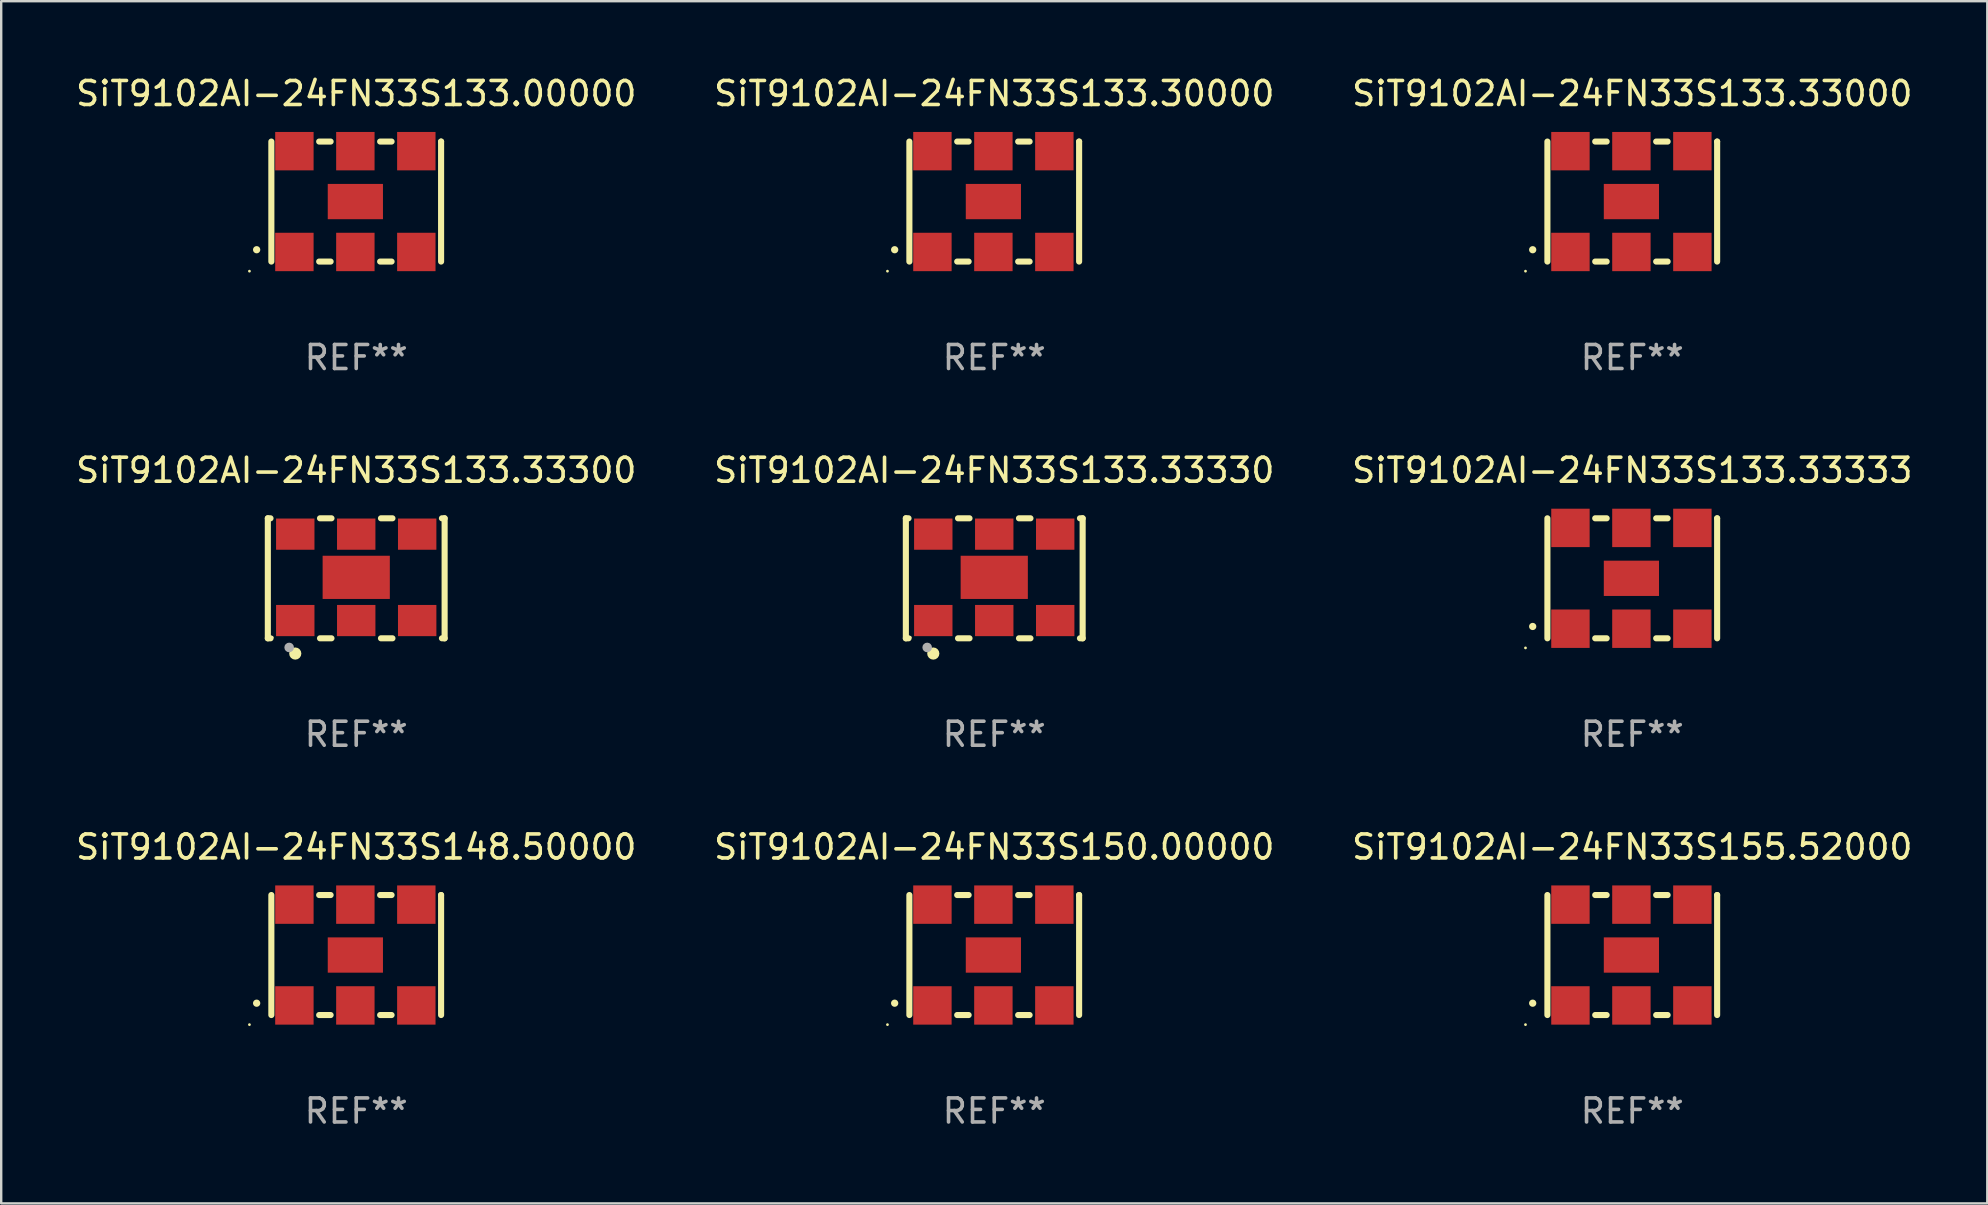
<source format=kicad_pcb>
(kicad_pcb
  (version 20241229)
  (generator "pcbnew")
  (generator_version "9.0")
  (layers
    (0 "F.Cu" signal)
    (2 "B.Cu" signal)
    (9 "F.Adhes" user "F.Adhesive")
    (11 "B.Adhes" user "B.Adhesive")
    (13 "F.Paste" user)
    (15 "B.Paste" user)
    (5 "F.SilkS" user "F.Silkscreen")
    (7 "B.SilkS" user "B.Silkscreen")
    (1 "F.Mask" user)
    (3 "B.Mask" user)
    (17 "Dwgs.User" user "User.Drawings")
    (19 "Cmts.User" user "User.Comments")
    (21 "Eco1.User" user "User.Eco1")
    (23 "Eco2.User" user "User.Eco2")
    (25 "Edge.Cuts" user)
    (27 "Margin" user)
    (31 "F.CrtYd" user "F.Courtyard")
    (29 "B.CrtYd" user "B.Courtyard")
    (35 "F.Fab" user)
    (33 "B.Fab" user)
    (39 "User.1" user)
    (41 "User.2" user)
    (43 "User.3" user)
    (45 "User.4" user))
  (footprint "SiT9102AI-24FN33S155.52000"
    (layer "F.Cu")
    (at 64.958 36.741)
    (property "Reference" "SiT9102AI-24FN33S155.52000" (at 0 -4.5 0) (layer "F.SilkS") (effects (font (size 1 1) (thickness 0.15))))
    (attr through_hole)
    (fp_line (start -3.536 -2.5) (end -3.536 2.5) (stroke (width 0.254) (type solid)) (layer "F.SilkS"))
    (fp_line (start -1.544 2.5) (end -1.067 2.5) (stroke (width 0.254) (type solid)) (layer "F.SilkS"))
    (fp_line (start -1.067 -2.5) (end -1.544 -2.5) (stroke (width 0.254) (type solid)) (layer "F.SilkS"))
    (fp_line (start 0.996 2.5) (end 1.473 2.5) (stroke (width 0.254) (type solid)) (layer "F.SilkS"))
    (fp_line (start 1.473 -2.5) (end 0.996 -2.5) (stroke (width 0.254) (type solid)) (layer "F.SilkS"))
    (fp_line (start 3.536 -2.5) (end 3.536 -2.5) (stroke (width 0.254) (type solid)) (layer "F.SilkS"))
    (fp_line (start 3.536 2.5) (end 3.536 -2.5) (stroke (width 0.254) (type solid)) (layer "F.SilkS"))
    (fp_arc (start -4.150432 2.006604) (mid -4.149162 2.006599) (end -4.147892 2.006604) (stroke (width 0.3) (type solid)) (layer "F.SilkS"))
    (fp_circle (center -4.449 2.9) (end -4.419 2.9) (stroke (width 0.06) (type solid)) (fill no) (layer "F.SilkS"))
    (fp_text user "REF**" (at 0 6.5 0) (layer "F.Fab") (effects (font (size 1 1) (thickness 0.15))))
    (pad "1" smd rect (at -2.576 2.1) (size 1.6 1.6) (layers "F.Cu" "F.Mask" "F.Paste"))
    (pad "2" smd rect (at -0.036 2.1) (size 1.6 1.6) (layers "F.Cu" "F.Mask" "F.Paste"))
    (pad "3" smd rect (at 2.504 2.1) (size 1.6 1.6) (layers "F.Cu" "F.Mask" "F.Paste"))
    (pad "4" smd rect (at 2.504 -2.1) (size 1.6 1.6) (layers "F.Cu" "F.Mask" "F.Paste"))
    (pad "5" smd rect (at -0.036 -2.1) (size 1.6 1.6) (layers "F.Cu" "F.Mask" "F.Paste"))
    (pad "6" smd rect (at -2.576 -2.1) (size 1.6 1.6) (layers "F.Cu" "F.Mask" "F.Paste"))
    (pad "7" smd rect (at -0.036 0) (size 2.3 1.47) (layers "F.Cu" "F.Mask" "F.Paste")))
  (footprint "SiT9102AI-24FN33S133.33333"
    (layer "F.Cu")
    (at 64.958 21.045)
    (property "Reference" "SiT9102AI-24FN33S133.33333" (at 0 -4.5 0) (layer "F.SilkS") (effects (font (size 1 1) (thickness 0.15))))
    (attr through_hole)
    (fp_line (start -3.536 -2.5) (end -3.536 2.5) (stroke (width 0.254) (type solid)) (layer "F.SilkS"))
    (fp_line (start -1.544 2.5) (end -1.067 2.5) (stroke (width 0.254) (type solid)) (layer "F.SilkS"))
    (fp_line (start -1.067 -2.5) (end -1.544 -2.5) (stroke (width 0.254) (type solid)) (layer "F.SilkS"))
    (fp_line (start 0.996 2.5) (end 1.473 2.5) (stroke (width 0.254) (type solid)) (layer "F.SilkS"))
    (fp_line (start 1.473 -2.5) (end 0.996 -2.5) (stroke (width 0.254) (type solid)) (layer "F.SilkS"))
    (fp_line (start 3.536 -2.5) (end 3.536 -2.5) (stroke (width 0.254) (type solid)) (layer "F.SilkS"))
    (fp_line (start 3.536 2.5) (end 3.536 -2.5) (stroke (width 0.254) (type solid)) (layer "F.SilkS"))
    (fp_arc (start -4.150432 2.006604) (mid -4.149162 2.006599) (end -4.147892 2.006604) (stroke (width 0.3) (type solid)) (layer "F.SilkS"))
    (fp_circle (center -4.449 2.9) (end -4.419 2.9) (stroke (width 0.06) (type solid)) (fill no) (layer "F.SilkS"))
    (fp_text user "REF**" (at 0 6.5 0) (layer "F.Fab") (effects (font (size 1 1) (thickness 0.15))))
    (pad "1" smd rect (at -2.576 2.1) (size 1.6 1.6) (layers "F.Cu" "F.Mask" "F.Paste"))
    (pad "2" smd rect (at -0.036 2.1) (size 1.6 1.6) (layers "F.Cu" "F.Mask" "F.Paste"))
    (pad "3" smd rect (at 2.504 2.1) (size 1.6 1.6) (layers "F.Cu" "F.Mask" "F.Paste"))
    (pad "4" smd rect (at 2.504 -2.1) (size 1.6 1.6) (layers "F.Cu" "F.Mask" "F.Paste"))
    (pad "5" smd rect (at -0.036 -2.1) (size 1.6 1.6) (layers "F.Cu" "F.Mask" "F.Paste"))
    (pad "6" smd rect (at -2.576 -2.1) (size 1.6 1.6) (layers "F.Cu" "F.Mask" "F.Paste"))
    (pad "7" smd rect (at -0.036 0) (size 2.3 1.47) (layers "F.Cu" "F.Mask" "F.Paste")))
  (footprint "SiT9102AI-24FN33S133.00000"
    (layer "F.Cu")
    (at 11.792 5.348)
    (property "Reference" "SiT9102AI-24FN33S133.00000" (at 0 -4.5 0) (layer "F.SilkS") (effects (font (size 1 1) (thickness 0.15))))
    (attr through_hole)
    (fp_line (start -3.536 -2.5) (end -3.536 2.5) (stroke (width 0.254) (type solid)) (layer "F.SilkS"))
    (fp_line (start -1.544 2.5) (end -1.067 2.5) (stroke (width 0.254) (type solid)) (layer "F.SilkS"))
    (fp_line (start -1.067 -2.5) (end -1.544 -2.5) (stroke (width 0.254) (type solid)) (layer "F.SilkS"))
    (fp_line (start 0.996 2.5) (end 1.473 2.5) (stroke (width 0.254) (type solid)) (layer "F.SilkS"))
    (fp_line (start 1.473 -2.5) (end 0.996 -2.5) (stroke (width 0.254) (type solid)) (layer "F.SilkS"))
    (fp_line (start 3.536 -2.5) (end 3.536 -2.5) (stroke (width 0.254) (type solid)) (layer "F.SilkS"))
    (fp_line (start 3.536 2.5) (end 3.536 -2.5) (stroke (width 0.254) (type solid)) (layer "F.SilkS"))
    (fp_arc (start -4.150432 2.006604) (mid -4.149162 2.006599) (end -4.147892 2.006604) (stroke (width 0.3) (type solid)) (layer "F.SilkS"))
    (fp_circle (center -4.449 2.9) (end -4.419 2.9) (stroke (width 0.06) (type solid)) (fill no) (layer "F.SilkS"))
    (fp_text user "REF**" (at 0 6.5 0) (layer "F.Fab") (effects (font (size 1 1) (thickness 0.15))))
    (pad "1" smd rect (at -2.576 2.1) (size 1.6 1.6) (layers "F.Cu" "F.Mask" "F.Paste"))
    (pad "2" smd rect (at -0.036 2.1) (size 1.6 1.6) (layers "F.Cu" "F.Mask" "F.Paste"))
    (pad "3" smd rect (at 2.504 2.1) (size 1.6 1.6) (layers "F.Cu" "F.Mask" "F.Paste"))
    (pad "4" smd rect (at 2.504 -2.1) (size 1.6 1.6) (layers "F.Cu" "F.Mask" "F.Paste"))
    (pad "5" smd rect (at -0.036 -2.1) (size 1.6 1.6) (layers "F.Cu" "F.Mask" "F.Paste"))
    (pad "6" smd rect (at -2.576 -2.1) (size 1.6 1.6) (layers "F.Cu" "F.Mask" "F.Paste"))
    (pad "7" smd rect (at -0.036 0) (size 2.3 1.47) (layers "F.Cu" "F.Mask" "F.Paste")))
  (footprint "SiT9102AI-24FN33S133.30000"
    (layer "F.Cu")
    (at 38.375 5.348)
    (property "Reference" "SiT9102AI-24FN33S133.30000" (at 0 -4.5 0) (layer "F.SilkS") (effects (font (size 1 1) (thickness 0.15))))
    (attr through_hole)
    (fp_line (start -3.536 -2.5) (end -3.536 2.5) (stroke (width 0.254) (type solid)) (layer "F.SilkS"))
    (fp_line (start -1.544 2.5) (end -1.067 2.5) (stroke (width 0.254) (type solid)) (layer "F.SilkS"))
    (fp_line (start -1.067 -2.5) (end -1.544 -2.5) (stroke (width 0.254) (type solid)) (layer "F.SilkS"))
    (fp_line (start 0.996 2.5) (end 1.473 2.5) (stroke (width 0.254) (type solid)) (layer "F.SilkS"))
    (fp_line (start 1.473 -2.5) (end 0.996 -2.5) (stroke (width 0.254) (type solid)) (layer "F.SilkS"))
    (fp_line (start 3.536 -2.5) (end 3.536 -2.5) (stroke (width 0.254) (type solid)) (layer "F.SilkS"))
    (fp_line (start 3.536 2.5) (end 3.536 -2.5) (stroke (width 0.254) (type solid)) (layer "F.SilkS"))
    (fp_arc (start -4.150432 2.006604) (mid -4.149162 2.006599) (end -4.147892 2.006604) (stroke (width 0.3) (type solid)) (layer "F.SilkS"))
    (fp_circle (center -4.449 2.9) (end -4.419 2.9) (stroke (width 0.06) (type solid)) (fill no) (layer "F.SilkS"))
    (fp_text user "REF**" (at 0 6.5 0) (layer "F.Fab") (effects (font (size 1 1) (thickness 0.15))))
    (pad "1" smd rect (at -2.576 2.1) (size 1.6 1.6) (layers "F.Cu" "F.Mask" "F.Paste"))
    (pad "2" smd rect (at -0.036 2.1) (size 1.6 1.6) (layers "F.Cu" "F.Mask" "F.Paste"))
    (pad "3" smd rect (at 2.504 2.1) (size 1.6 1.6) (layers "F.Cu" "F.Mask" "F.Paste"))
    (pad "4" smd rect (at 2.504 -2.1) (size 1.6 1.6) (layers "F.Cu" "F.Mask" "F.Paste"))
    (pad "5" smd rect (at -0.036 -2.1) (size 1.6 1.6) (layers "F.Cu" "F.Mask" "F.Paste"))
    (pad "6" smd rect (at -2.576 -2.1) (size 1.6 1.6) (layers "F.Cu" "F.Mask" "F.Paste"))
    (pad "7" smd rect (at -0.036 0) (size 2.3 1.47) (layers "F.Cu" "F.Mask" "F.Paste")))
  (footprint "SiT9102AI-24FN33S150.00000"
    (layer "F.Cu")
    (at 38.375 36.741)
    (property "Reference" "SiT9102AI-24FN33S150.00000" (at 0 -4.5 0) (layer "F.SilkS") (effects (font (size 1 1) (thickness 0.15))))
    (attr through_hole)
    (fp_line (start -3.536 -2.5) (end -3.536 2.5) (stroke (width 0.254) (type solid)) (layer "F.SilkS"))
    (fp_line (start -1.544 2.5) (end -1.067 2.5) (stroke (width 0.254) (type solid)) (layer "F.SilkS"))
    (fp_line (start -1.067 -2.5) (end -1.544 -2.5) (stroke (width 0.254) (type solid)) (layer "F.SilkS"))
    (fp_line (start 0.996 2.5) (end 1.473 2.5) (stroke (width 0.254) (type solid)) (layer "F.SilkS"))
    (fp_line (start 1.473 -2.5) (end 0.996 -2.5) (stroke (width 0.254) (type solid)) (layer "F.SilkS"))
    (fp_line (start 3.536 -2.5) (end 3.536 -2.5) (stroke (width 0.254) (type solid)) (layer "F.SilkS"))
    (fp_line (start 3.536 2.5) (end 3.536 -2.5) (stroke (width 0.254) (type solid)) (layer "F.SilkS"))
    (fp_arc (start -4.150432 2.006604) (mid -4.149162 2.006599) (end -4.147892 2.006604) (stroke (width 0.3) (type solid)) (layer "F.SilkS"))
    (fp_circle (center -4.449 2.9) (end -4.419 2.9) (stroke (width 0.06) (type solid)) (fill no) (layer "F.SilkS"))
    (fp_text user "REF**" (at 0 6.5 0) (layer "F.Fab") (effects (font (size 1 1) (thickness 0.15))))
    (pad "1" smd rect (at -2.576 2.1) (size 1.6 1.6) (layers "F.Cu" "F.Mask" "F.Paste"))
    (pad "2" smd rect (at -0.036 2.1) (size 1.6 1.6) (layers "F.Cu" "F.Mask" "F.Paste"))
    (pad "3" smd rect (at 2.504 2.1) (size 1.6 1.6) (layers "F.Cu" "F.Mask" "F.Paste"))
    (pad "4" smd rect (at 2.504 -2.1) (size 1.6 1.6) (layers "F.Cu" "F.Mask" "F.Paste"))
    (pad "5" smd rect (at -0.036 -2.1) (size 1.6 1.6) (layers "F.Cu" "F.Mask" "F.Paste"))
    (pad "6" smd rect (at -2.576 -2.1) (size 1.6 1.6) (layers "F.Cu" "F.Mask" "F.Paste"))
    (pad "7" smd rect (at -0.036 0) (size 2.3 1.47) (layers "F.Cu" "F.Mask" "F.Paste")))
  (footprint "SiT9102AI-24FN33S133.33330"
    (layer "F.Cu")
    (at 38.375 21.045)
    (property "Reference" "SiT9102AI-24FN33S133.33330" (at 0 -4.5 0) (layer "F.SilkS") (effects (font (size 1 1) (thickness 0.15))))
    (attr through_hole)
    (fp_line (start -3.683 -2.5) (end -3.571 -2.5) (stroke (width 0.254) (type solid)) (layer "F.SilkS"))
    (fp_line (start -3.683 2.5) (end -3.683 -2.5) (stroke (width 0.254) (type solid)) (layer "F.SilkS"))
    (fp_line (start -3.683 2.5) (end -3.571 2.5) (stroke (width 0.254) (type solid)) (layer "F.SilkS"))
    (fp_line (start -1.509 -2.5) (end -1.031 -2.5) (stroke (width 0.254) (type solid)) (layer "F.SilkS"))
    (fp_line (start -1.509 2.5) (end -1.031 2.5) (stroke (width 0.254) (type solid)) (layer "F.SilkS"))
    (fp_line (start 1.031 -2.5) (end 1.509 -2.5) (stroke (width 0.254) (type solid)) (layer "F.SilkS"))
    (fp_line (start 1.031 2.5) (end 1.509 2.5) (stroke (width 0.254) (type solid)) (layer "F.SilkS"))
    (fp_line (start 3.571 -2.5) (end 3.683 -2.5) (stroke (width 0.254) (type solid)) (layer "F.SilkS"))
    (fp_line (start 3.571 2.5) (end 3.683 2.5) (stroke (width 0.254) (type solid)) (layer "F.SilkS"))
    (fp_line (start 3.683 2.5) (end 3.683 -2.5) (stroke (width 0.254) (type solid)) (layer "F.SilkS"))
    (fp_circle (center -3.5 2.46) (end -3.47 2.46) (stroke (width 0.06) (type solid)) (fill no) (layer "F.SilkS"))
    (fp_circle (center -2.54 3.135) (end -2.413 3.135) (stroke (width 0.254) (type solid)) (fill no) (layer "F.SilkS"))
    (fp_circle (center -2.794 2.881) (end -2.694 2.881) (stroke (width 0.2) (type solid)) (fill no) (layer "F.Fab"))
    (fp_text user "REF**" (at 0 6.5 0) (layer "F.Fab") (effects (font (size 1 1) (thickness 0.15))))
    (pad "1" smd rect (at -2.54 1.76) (size 1.6 1.3) (layers "F.Cu" "F.Mask" "F.Paste"))
    (pad "2" smd rect (at 0 1.76) (size 1.6 1.3) (layers "F.Cu" "F.Mask" "F.Paste"))
    (pad "3" smd rect (at 2.54 1.76) (size 1.6 1.3) (layers "F.Cu" "F.Mask" "F.Paste"))
    (pad "4" smd rect (at 2.54 -1.84) (size 1.6 1.3) (layers "F.Cu" "F.Mask" "F.Paste"))
    (pad "5" smd rect (at 0 -1.84) (size 1.6 1.3) (layers "F.Cu" "F.Mask" "F.Paste"))
    (pad "6" smd rect (at -2.54 -1.84) (size 1.6 1.3) (layers "F.Cu" "F.Mask" "F.Paste"))
    (pad "7" smd rect (at 0 -0.04) (size 2.8 1.8) (layers "F.Cu" "F.Mask" "F.Paste")))
  (footprint "SiT9102AI-24FN33S148.50000"
    (layer "F.Cu")
    (at 11.792 36.741)
    (property "Reference" "SiT9102AI-24FN33S148.50000" (at 0 -4.5 0) (layer "F.SilkS") (effects (font (size 1 1) (thickness 0.15))))
    (attr through_hole)
    (fp_line (start -3.536 -2.5) (end -3.536 2.5) (stroke (width 0.254) (type solid)) (layer "F.SilkS"))
    (fp_line (start -1.544 2.5) (end -1.067 2.5) (stroke (width 0.254) (type solid)) (layer "F.SilkS"))
    (fp_line (start -1.067 -2.5) (end -1.544 -2.5) (stroke (width 0.254) (type solid)) (layer "F.SilkS"))
    (fp_line (start 0.996 2.5) (end 1.473 2.5) (stroke (width 0.254) (type solid)) (layer "F.SilkS"))
    (fp_line (start 1.473 -2.5) (end 0.996 -2.5) (stroke (width 0.254) (type solid)) (layer "F.SilkS"))
    (fp_line (start 3.536 -2.5) (end 3.536 -2.5) (stroke (width 0.254) (type solid)) (layer "F.SilkS"))
    (fp_line (start 3.536 2.5) (end 3.536 -2.5) (stroke (width 0.254) (type solid)) (layer "F.SilkS"))
    (fp_arc (start -4.150432 2.006604) (mid -4.149162 2.006599) (end -4.147892 2.006604) (stroke (width 0.3) (type solid)) (layer "F.SilkS"))
    (fp_circle (center -4.449 2.9) (end -4.419 2.9) (stroke (width 0.06) (type solid)) (fill no) (layer "F.SilkS"))
    (fp_text user "REF**" (at 0 6.5 0) (layer "F.Fab") (effects (font (size 1 1) (thickness 0.15))))
    (pad "1" smd rect (at -2.576 2.1) (size 1.6 1.6) (layers "F.Cu" "F.Mask" "F.Paste"))
    (pad "2" smd rect (at -0.036 2.1) (size 1.6 1.6) (layers "F.Cu" "F.Mask" "F.Paste"))
    (pad "3" smd rect (at 2.504 2.1) (size 1.6 1.6) (layers "F.Cu" "F.Mask" "F.Paste"))
    (pad "4" smd rect (at 2.504 -2.1) (size 1.6 1.6) (layers "F.Cu" "F.Mask" "F.Paste"))
    (pad "5" smd rect (at -0.036 -2.1) (size 1.6 1.6) (layers "F.Cu" "F.Mask" "F.Paste"))
    (pad "6" smd rect (at -2.576 -2.1) (size 1.6 1.6) (layers "F.Cu" "F.Mask" "F.Paste"))
    (pad "7" smd rect (at -0.036 0) (size 2.3 1.47) (layers "F.Cu" "F.Mask" "F.Paste")))
  (footprint "SiT9102AI-24FN33S133.33300"
    (layer "F.Cu")
    (at 11.792 21.045)
    (property "Reference" "SiT9102AI-24FN33S133.33300" (at 0 -4.5 0) (layer "F.SilkS") (effects (font (size 1 1) (thickness 0.15))))
    (attr through_hole)
    (fp_line (start -3.683 -2.5) (end -3.571 -2.5) (stroke (width 0.254) (type solid)) (layer "F.SilkS"))
    (fp_line (start -3.683 2.5) (end -3.683 -2.5) (stroke (width 0.254) (type solid)) (layer "F.SilkS"))
    (fp_line (start -3.683 2.5) (end -3.571 2.5) (stroke (width 0.254) (type solid)) (layer "F.SilkS"))
    (fp_line (start -1.509 -2.5) (end -1.031 -2.5) (stroke (width 0.254) (type solid)) (layer "F.SilkS"))
    (fp_line (start -1.509 2.5) (end -1.031 2.5) (stroke (width 0.254) (type solid)) (layer "F.SilkS"))
    (fp_line (start 1.031 -2.5) (end 1.509 -2.5) (stroke (width 0.254) (type solid)) (layer "F.SilkS"))
    (fp_line (start 1.031 2.5) (end 1.509 2.5) (stroke (width 0.254) (type solid)) (layer "F.SilkS"))
    (fp_line (start 3.571 -2.5) (end 3.683 -2.5) (stroke (width 0.254) (type solid)) (layer "F.SilkS"))
    (fp_line (start 3.571 2.5) (end 3.683 2.5) (stroke (width 0.254) (type solid)) (layer "F.SilkS"))
    (fp_line (start 3.683 2.5) (end 3.683 -2.5) (stroke (width 0.254) (type solid)) (layer "F.SilkS"))
    (fp_circle (center -3.5 2.46) (end -3.47 2.46) (stroke (width 0.06) (type solid)) (fill no) (layer "F.SilkS"))
    (fp_circle (center -2.54 3.135) (end -2.413 3.135) (stroke (width 0.254) (type solid)) (fill no) (layer "F.SilkS"))
    (fp_circle (center -2.794 2.881) (end -2.694 2.881) (stroke (width 0.2) (type solid)) (fill no) (layer "F.Fab"))
    (fp_text user "REF**" (at 0 6.5 0) (layer "F.Fab") (effects (font (size 1 1) (thickness 0.15))))
    (pad "1" smd rect (at -2.54 1.76) (size 1.6 1.3) (layers "F.Cu" "F.Mask" "F.Paste"))
    (pad "2" smd rect (at 0 1.76) (size 1.6 1.3) (layers "F.Cu" "F.Mask" "F.Paste"))
    (pad "3" smd rect (at 2.54 1.76) (size 1.6 1.3) (layers "F.Cu" "F.Mask" "F.Paste"))
    (pad "4" smd rect (at 2.54 -1.84) (size 1.6 1.3) (layers "F.Cu" "F.Mask" "F.Paste"))
    (pad "5" smd rect (at 0 -1.84) (size 1.6 1.3) (layers "F.Cu" "F.Mask" "F.Paste"))
    (pad "6" smd rect (at -2.54 -1.84) (size 1.6 1.3) (layers "F.Cu" "F.Mask" "F.Paste"))
    (pad "7" smd rect (at 0 -0.04) (size 2.8 1.8) (layers "F.Cu" "F.Mask" "F.Paste")))
  (footprint "SiT9102AI-24FN33S133.33000"
    (layer "F.Cu")
    (at 64.958 5.348)
    (property "Reference" "SiT9102AI-24FN33S133.33000" (at 0 -4.5 0) (layer "F.SilkS") (effects (font (size 1 1) (thickness 0.15))))
    (attr through_hole)
    (fp_line (start -3.536 -2.5) (end -3.536 2.5) (stroke (width 0.254) (type solid)) (layer "F.SilkS"))
    (fp_line (start -1.544 2.5) (end -1.067 2.5) (stroke (width 0.254) (type solid)) (layer "F.SilkS"))
    (fp_line (start -1.067 -2.5) (end -1.544 -2.5) (stroke (width 0.254) (type solid)) (layer "F.SilkS"))
    (fp_line (start 0.996 2.5) (end 1.473 2.5) (stroke (width 0.254) (type solid)) (layer "F.SilkS"))
    (fp_line (start 1.473 -2.5) (end 0.996 -2.5) (stroke (width 0.254) (type solid)) (layer "F.SilkS"))
    (fp_line (start 3.536 -2.5) (end 3.536 -2.5) (stroke (width 0.254) (type solid)) (layer "F.SilkS"))
    (fp_line (start 3.536 2.5) (end 3.536 -2.5) (stroke (width 0.254) (type solid)) (layer "F.SilkS"))
    (fp_arc (start -4.150432 2.006604) (mid -4.149162 2.006599) (end -4.147892 2.006604) (stroke (width 0.3) (type solid)) (layer "F.SilkS"))
    (fp_circle (center -4.449 2.9) (end -4.419 2.9) (stroke (width 0.06) (type solid)) (fill no) (layer "F.SilkS"))
    (fp_text user "REF**" (at 0 6.5 0) (layer "F.Fab") (effects (font (size 1 1) (thickness 0.15))))
    (pad "1" smd rect (at -2.576 2.1) (size 1.6 1.6) (layers "F.Cu" "F.Mask" "F.Paste"))
    (pad "2" smd rect (at -0.036 2.1) (size 1.6 1.6) (layers "F.Cu" "F.Mask" "F.Paste"))
    (pad "3" smd rect (at 2.504 2.1) (size 1.6 1.6) (layers "F.Cu" "F.Mask" "F.Paste"))
    (pad "4" smd rect (at 2.504 -2.1) (size 1.6 1.6) (layers "F.Cu" "F.Mask" "F.Paste"))
    (pad "5" smd rect (at -0.036 -2.1) (size 1.6 1.6) (layers "F.Cu" "F.Mask" "F.Paste"))
    (pad "6" smd rect (at -2.576 -2.1) (size 1.6 1.6) (layers "F.Cu" "F.Mask" "F.Paste"))
    (pad "7" smd rect (at -0.036 0) (size 2.3 1.47) (layers "F.Cu" "F.Mask" "F.Paste")))
  (gr_rect
    (start -3 -3)
    (end 79.75 47.09)
    (stroke (width 0.1) (type default))
    (fill no)
    (layer "Edge.Cuts")))
</source>
